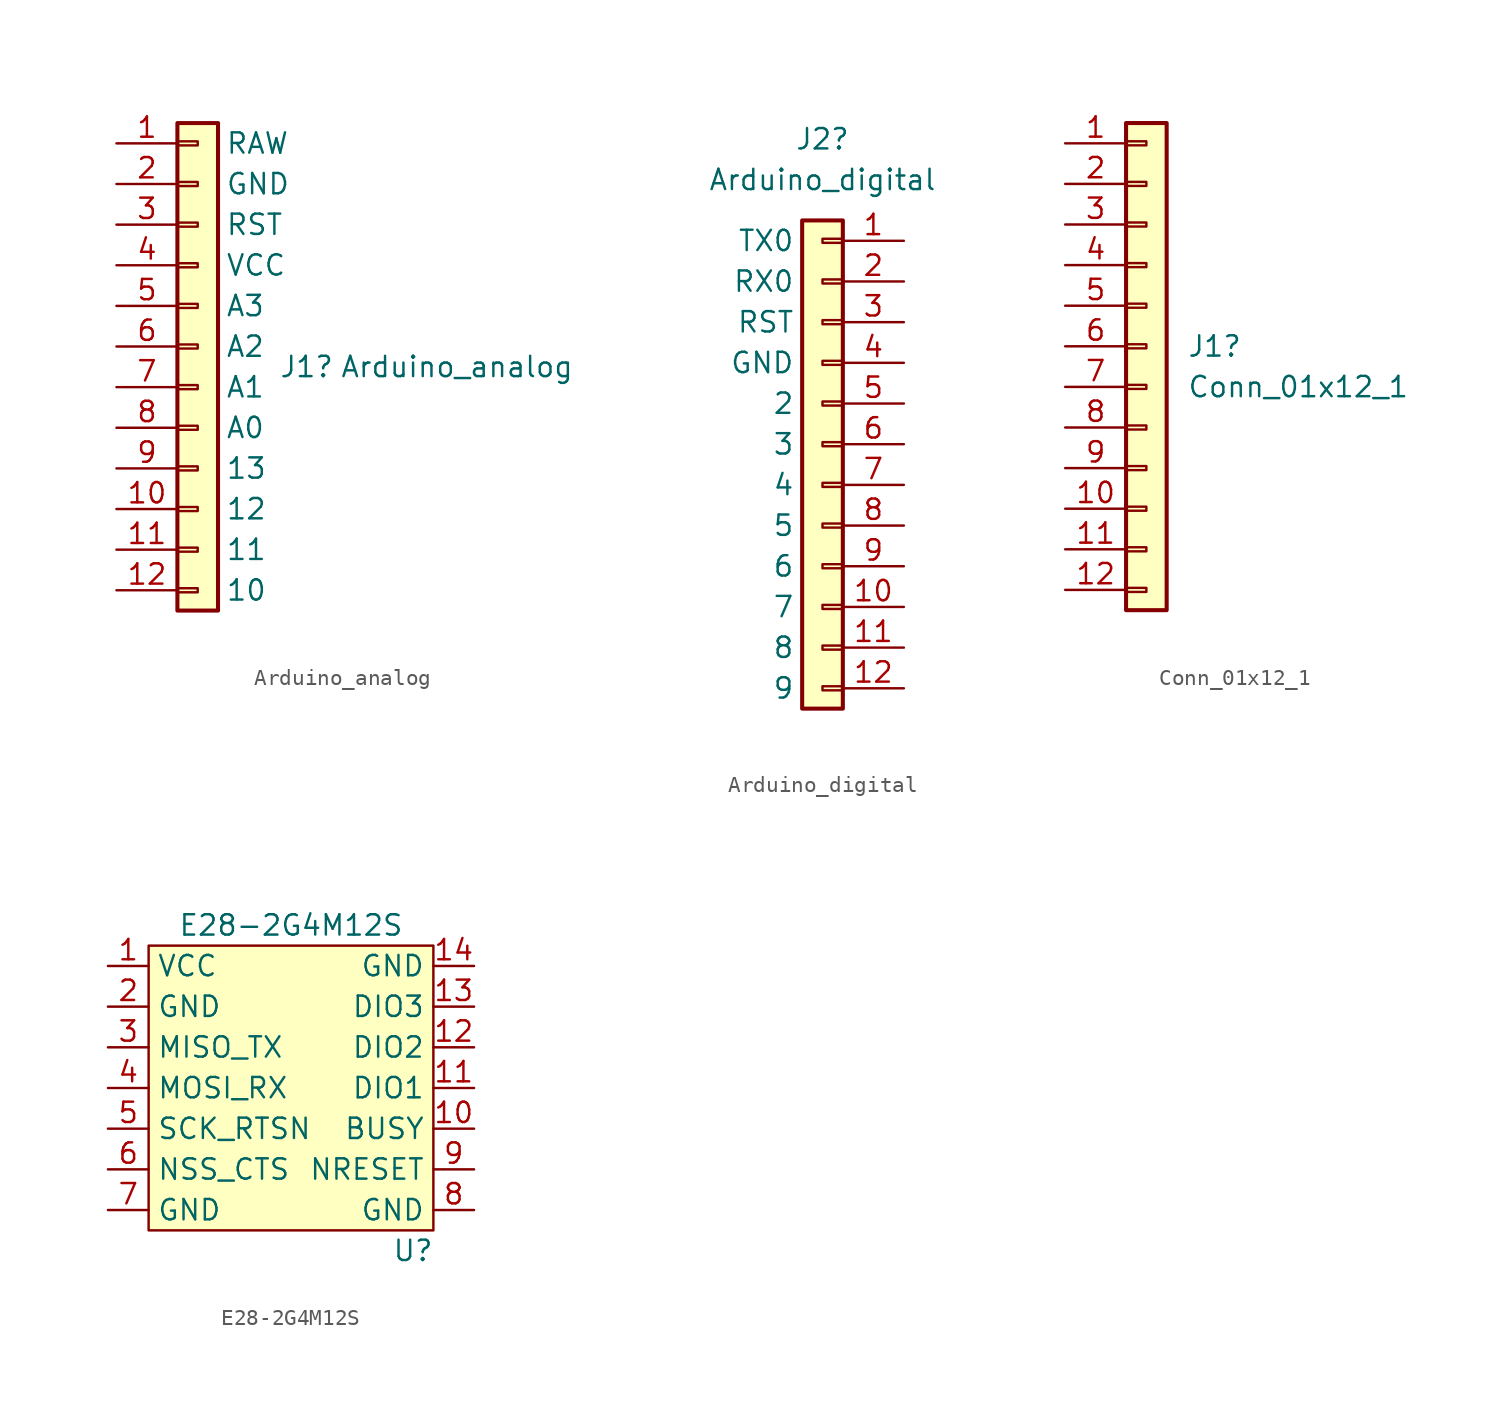
<source format=kicad_sym>
(kicad_symbol_lib
  (version 20211014)
  (generator kicad_symbol_editor)
  (symbol "Arduino_analog"
    (pin_names
      (offset 3))
    (property "Reference" "J1"
      (at 5.08 -1.27 0)
      (effects (font (size 1.27 1.27)) (justify left)))
    (property "Value" "Arduino_analog"
      (at 8.89 -1.27 0)
      (effects (font (size 1.27 1.27)) (justify left)))
    (symbol "Arduino_analog_1_1"
      (rectangle (start -1.27 -15.113) (end 0 -15.367) (stroke (width 0.152) (type default) (color 0 0 0 0)) (fill (type none)))
      (rectangle (start -1.27 -12.573) (end 0 -12.827) (stroke (width 0.152) (type default) (color 0 0 0 0)) (fill (type none)))
      (rectangle (start -1.27 -10.033) (end 0 -10.287) (stroke (width 0.152) (type default) (color 0 0 0 0)) (fill (type none)))
      (rectangle (start -1.27 -7.493) (end 0 -7.747) (stroke (width 0.152) (type default) (color 0 0 0 0)) (fill (type none)))
      (rectangle (start -1.27 -4.953) (end 0 -5.207) (stroke (width 0.152) (type default) (color 0 0 0 0)) (fill (type none)))
      (rectangle (start -1.27 -2.413) (end 0 -2.667) (stroke (width 0.152) (type default) (color 0 0 0 0)) (fill (type none)))
      (rectangle (start -1.27 0.127) (end 0 -0.127) (stroke (width 0.152) (type default) (color 0 0 0 0)) (fill (type none)))
      (rectangle (start -1.27 2.667) (end 0 2.413) (stroke (width 0.152) (type default) (color 0 0 0 0)) (fill (type none)))
      (rectangle (start -1.27 5.207) (end 0 4.953) (stroke (width 0.152) (type default) (color 0 0 0 0)) (fill (type none)))
      (rectangle (start -1.27 7.747) (end 0 7.493) (stroke (width 0.152) (type default) (color 0 0 0 0)) (fill (type none)))
      (rectangle (start -1.27 10.287) (end 0 10.033) (stroke (width 0.152) (type default) (color 0 0 0 0)) (fill (type none)))
      (rectangle (start -1.27 12.827) (end 0 12.573) (stroke (width 0.152) (type default) (color 0 0 0 0)) (fill (type none)))
      (rectangle (start -1.27 13.97) (end 1.27 -16.51) (stroke (width 0.254) (type default) (color 0 0 0 0)) (fill (type background)))
      (pin power_in line (at -5.08 12.7 0) (length 3.81) (name "RAW" (effects (font (size 1.27 1.27)))) (number "1" (effects (font (size 1.27 1.27)))))
      (pin bidirectional line (at -5.08 -10.16 0) (length 3.81) (name "12" (effects (font (size 1.27 1.27)))) (number "10" (effects (font (size 1.27 1.27)))))
      (pin bidirectional line (at -5.08 -12.7 0) (length 3.81) (name "11" (effects (font (size 1.27 1.27)))) (number "11" (effects (font (size 1.27 1.27)))))
      (pin bidirectional line (at -5.08 -15.24 0) (length 3.81) (name "10" (effects (font (size 1.27 1.27)))) (number "12" (effects (font (size 1.27 1.27)))))
      (pin power_in line (at -5.08 10.16 0) (length 3.81) (name "GND" (effects (font (size 1.27 1.27)))) (number "2" (effects (font (size 1.27 1.27)))))
      (pin passive line (at -5.08 7.62 0) (length 3.81) (name "RST" (effects (font (size 1.27 1.27)))) (number "3" (effects (font (size 1.27 1.27)))))
      (pin power_out line (at -5.08 5.08 0) (length 3.81) (name "VCC" (effects (font (size 1.27 1.27)))) (number "4" (effects (font (size 1.27 1.27)))))
      (pin bidirectional line (at -5.08 2.54 0) (length 3.81) (name "A3" (effects (font (size 1.27 1.27)))) (number "5" (effects (font (size 1.27 1.27)))))
      (pin bidirectional line (at -5.08 0 0) (length 3.81) (name "A2" (effects (font (size 1.27 1.27)))) (number "6" (effects (font (size 1.27 1.27)))))
      (pin bidirectional line (at -5.08 -2.54 0) (length 3.81) (name "A1" (effects (font (size 1.27 1.27)))) (number "7" (effects (font (size 1.27 1.27)))))
      (pin bidirectional line (at -5.08 -5.08 0) (length 3.81) (name "A0" (effects (font (size 1.27 1.27)))) (number "8" (effects (font (size 1.27 1.27)))))
      (pin bidirectional line (at -5.08 -7.62 0) (length 3.81) (name "13" (effects (font (size 1.27 1.27)))) (number "9" (effects (font (size 1.27 1.27)))))))
  (symbol "Arduino_digital"
    (pin_names
      (offset 3))
    (property "Reference" "J2"
      (at 0 19.05 0)
      (effects (font (size 1.27 1.27))))
    (property "Value" "Arduino_digital"
      (at 0 16.51 0)
      (effects (font (size 1.27 1.27))))
    (symbol "Arduino_digital_1_1"
      (rectangle (start -1.27 -16.51) (end 1.27 13.97) (stroke (width 0.254) (type default) (color 0 0 0 0)) (fill (type background)))
      (rectangle (start 0 -15.367) (end 1.27 -15.113) (stroke (width 0.152) (type default) (color 0 0 0 0)) (fill (type none)))
      (rectangle (start 0 -12.827) (end 1.27 -12.573) (stroke (width 0.152) (type default) (color 0 0 0 0)) (fill (type none)))
      (rectangle (start 0 -10.287) (end 1.27 -10.033) (stroke (width 0.152) (type default) (color 0 0 0 0)) (fill (type none)))
      (rectangle (start 0 -7.747) (end 1.27 -7.493) (stroke (width 0.152) (type default) (color 0 0 0 0)) (fill (type none)))
      (rectangle (start 0 -5.207) (end 1.27 -4.953) (stroke (width 0.152) (type default) (color 0 0 0 0)) (fill (type none)))
      (rectangle (start 0 -2.667) (end 1.27 -2.413) (stroke (width 0.152) (type default) (color 0 0 0 0)) (fill (type none)))
      (rectangle (start 0 -0.127) (end 1.27 0.127) (stroke (width 0.152) (type default) (color 0 0 0 0)) (fill (type none)))
      (rectangle (start 0 2.413) (end 1.27 2.667) (stroke (width 0.152) (type default) (color 0 0 0 0)) (fill (type none)))
      (rectangle (start 0 4.953) (end 1.27 5.207) (stroke (width 0.152) (type default) (color 0 0 0 0)) (fill (type none)))
      (rectangle (start 0 7.493) (end 1.27 7.747) (stroke (width 0.152) (type default) (color 0 0 0 0)) (fill (type none)))
      (rectangle (start 0 10.033) (end 1.27 10.287) (stroke (width 0.152) (type default) (color 0 0 0 0)) (fill (type none)))
      (rectangle (start 0 12.573) (end 1.27 12.827) (stroke (width 0.152) (type default) (color 0 0 0 0)) (fill (type none)))
      (pin output line (at 5.08 12.7 180) (length 3.81) (name "TX0" (effects (font (size 1.27 1.27)))) (number "1" (effects (font (size 1.27 1.27)))))
      (pin bidirectional line (at 5.08 -10.16 180) (length 3.81) (name "7" (effects (font (size 1.27 1.27)))) (number "10" (effects (font (size 1.27 1.27)))))
      (pin bidirectional line (at 5.08 -12.7 180) (length 3.81) (name "8" (effects (font (size 1.27 1.27)))) (number "11" (effects (font (size 1.27 1.27)))))
      (pin bidirectional line (at 5.08 -15.24 180) (length 3.81) (name "9" (effects (font (size 1.27 1.27)))) (number "12" (effects (font (size 1.27 1.27)))))
      (pin input line (at 5.08 10.16 180) (length 3.81) (name "RX0" (effects (font (size 1.27 1.27)))) (number "2" (effects (font (size 1.27 1.27)))))
      (pin input line (at 5.08 7.62 180) (length 3.81) (name "RST" (effects (font (size 1.27 1.27)))) (number "3" (effects (font (size 1.27 1.27)))))
      (pin power_in line (at 5.08 5.08 180) (length 3.81) (name "GND" (effects (font (size 1.27 1.27)))) (number "4" (effects (font (size 1.27 1.27)))))
      (pin bidirectional line (at 5.08 2.54 180) (length 3.81) (name "2" (effects (font (size 1.27 1.27)))) (number "5" (effects (font (size 1.27 1.27)))))
      (pin bidirectional line (at 5.08 0 180) (length 3.81) (name "3" (effects (font (size 1.27 1.27)))) (number "6" (effects (font (size 1.27 1.27)))))
      (pin bidirectional line (at 5.08 -2.54 180) (length 3.81) (name "4" (effects (font (size 1.27 1.27)))) (number "7" (effects (font (size 1.27 1.27)))))
      (pin bidirectional line (at 5.08 -5.08 180) (length 3.81) (name "5" (effects (font (size 1.27 1.27)))) (number "8" (effects (font (size 1.27 1.27)))))
      (pin bidirectional line (at 5.08 -7.62 180) (length 3.81) (name "6" (effects (font (size 1.27 1.27)))) (number "9" (effects (font (size 1.27 1.27)))))))
  (symbol "Conn_01x12_1"
    (pin_names
      (offset 1.016) hide)
    (property "Reference" "J1"
      (at 2.54 0.0001 0)
      (effects (font (size 1.27 1.27)) (justify left)))
    (property "Value" "Conn_01x12_1"
      (at 2.54 -2.54 0)
      (effects (font (size 1.27 1.27)) (justify left)))
    (symbol "Conn_01x12_1_1_1"
      (rectangle (start -1.27 -15.113) (end 0 -15.367) (stroke (width 0.152) (type default) (color 0 0 0 0)) (fill (type none)))
      (rectangle (start -1.27 -12.573) (end 0 -12.827) (stroke (width 0.152) (type default) (color 0 0 0 0)) (fill (type none)))
      (rectangle (start -1.27 -10.033) (end 0 -10.287) (stroke (width 0.152) (type default) (color 0 0 0 0)) (fill (type none)))
      (rectangle (start -1.27 -7.493) (end 0 -7.747) (stroke (width 0.152) (type default) (color 0 0 0 0)) (fill (type none)))
      (rectangle (start -1.27 -4.953) (end 0 -5.207) (stroke (width 0.152) (type default) (color 0 0 0 0)) (fill (type none)))
      (rectangle (start -1.27 -2.413) (end 0 -2.667) (stroke (width 0.152) (type default) (color 0 0 0 0)) (fill (type none)))
      (rectangle (start -1.27 0.127) (end 0 -0.127) (stroke (width 0.152) (type default) (color 0 0 0 0)) (fill (type none)))
      (rectangle (start -1.27 2.667) (end 0 2.413) (stroke (width 0.152) (type default) (color 0 0 0 0)) (fill (type none)))
      (rectangle (start -1.27 5.207) (end 0 4.953) (stroke (width 0.152) (type default) (color 0 0 0 0)) (fill (type none)))
      (rectangle (start -1.27 7.747) (end 0 7.493) (stroke (width 0.152) (type default) (color 0 0 0 0)) (fill (type none)))
      (rectangle (start -1.27 10.287) (end 0 10.033) (stroke (width 0.152) (type default) (color 0 0 0 0)) (fill (type none)))
      (rectangle (start -1.27 12.827) (end 0 12.573) (stroke (width 0.152) (type default) (color 0 0 0 0)) (fill (type none)))
      (rectangle (start -1.27 13.97) (end 1.27 -16.51) (stroke (width 0.254) (type default) (color 0 0 0 0)) (fill (type background)))
      (pin passive line (at -5.08 12.7 0) (length 3.81) (name "Pin_1" (effects (font (size 1.27 1.27)))) (number "1" (effects (font (size 1.27 1.27)))))
      (pin passive line (at -5.08 -10.16 0) (length 3.81) (name "Pin_10" (effects (font (size 1.27 1.27)))) (number "10" (effects (font (size 1.27 1.27)))))
      (pin passive line (at -5.08 -12.7 0) (length 3.81) (name "Pin_11" (effects (font (size 1.27 1.27)))) (number "11" (effects (font (size 1.27 1.27)))))
      (pin passive line (at -5.08 -15.24 0) (length 3.81) (name "Pin_12" (effects (font (size 1.27 1.27)))) (number "12" (effects (font (size 1.27 1.27)))))
      (pin passive line (at -5.08 10.16 0) (length 3.81) (name "Pin_2" (effects (font (size 1.27 1.27)))) (number "2" (effects (font (size 1.27 1.27)))))
      (pin passive line (at -5.08 7.62 0) (length 3.81) (name "Pin_3" (effects (font (size 1.27 1.27)))) (number "3" (effects (font (size 1.27 1.27)))))
      (pin passive line (at -5.08 5.08 0) (length 3.81) (name "Pin_4" (effects (font (size 1.27 1.27)))) (number "4" (effects (font (size 1.27 1.27)))))
      (pin passive line (at -5.08 2.54 0) (length 3.81) (name "Pin_5" (effects (font (size 1.27 1.27)))) (number "5" (effects (font (size 1.27 1.27)))))
      (pin passive line (at -5.08 0 0) (length 3.81) (name "Pin_6" (effects (font (size 1.27 1.27)))) (number "6" (effects (font (size 1.27 1.27)))))
      (pin passive line (at -5.08 -2.54 0) (length 3.81) (name "Pin_7" (effects (font (size 1.27 1.27)))) (number "7" (effects (font (size 1.27 1.27)))))
      (pin passive line (at -5.08 -5.08 0) (length 3.81) (name "Pin_8" (effects (font (size 1.27 1.27)))) (number "8" (effects (font (size 1.27 1.27)))))
      (pin passive line (at -5.08 -7.62 0) (length 3.81) (name "Pin_9" (effects (font (size 1.27 1.27)))) (number "9" (effects (font (size 1.27 1.27)))))))
  (symbol "E28-2G4M12S"
    (property "Reference" "U"
      (at 7.62 -16.51 0)
      (effects (font (size 1.27 1.27))))
    (property "Value" "E28-2G4M12S"
      (at 0 3.81 0)
      (effects (font (size 1.27 1.27))))
    (symbol "E28-2G4M12S_0_1"
      (rectangle (start -8.89 2.54) (end 8.89 -15.24) (stroke (width 0) (type default) (color 0 0 0 0)) (fill (type background))))
    (symbol "E28-2G4M12S_1_1"
      (pin power_in line (at -11.43 1.27 0) (length 2.54) (name "VCC" (effects (font (size 1.27 1.27)))) (number "1" (effects (font (size 1.27 1.27)))))
      (pin bidirectional line (at 11.43 -8.89 180) (length 2.54) (name "BUSY" (effects (font (size 1.27 1.27)))) (number "10" (effects (font (size 1.27 1.27)))))
      (pin bidirectional line (at 11.43 -6.35 180) (length 2.54) (name "DIO1" (effects (font (size 1.27 1.27)))) (number "11" (effects (font (size 1.27 1.27)))))
      (pin bidirectional line (at 11.43 -3.81 180) (length 2.54) (name "DIO2" (effects (font (size 1.27 1.27)))) (number "12" (effects (font (size 1.27 1.27)))))
      (pin bidirectional line (at 11.43 -1.27 180) (length 2.54) (name "DIO3" (effects (font (size 1.27 1.27)))) (number "13" (effects (font (size 1.27 1.27)))))
      (pin power_in line (at 11.43 1.27 180) (length 2.54) (name "GND" (effects (font (size 1.27 1.27)))) (number "14" (effects (font (size 1.27 1.27)))))
      (pin power_in line (at -11.43 -1.27 0) (length 2.54) (name "GND" (effects (font (size 1.27 1.27)))) (number "2" (effects (font (size 1.27 1.27)))))
      (pin output line (at -11.43 -3.81 0) (length 2.54) (name "MISO_TX" (effects (font (size 1.27 1.27)))) (number "3" (effects (font (size 1.27 1.27)))))
      (pin input line (at -11.43 -6.35 0) (length 2.54) (name "MOSI_RX" (effects (font (size 1.27 1.27)))) (number "4" (effects (font (size 1.27 1.27)))))
      (pin input line (at -11.43 -8.89 0) (length 2.54) (name "SCK_RTSN" (effects (font (size 1.27 1.27)))) (number "5" (effects (font (size 1.27 1.27)))))
      (pin input line (at -11.43 -11.43 0) (length 2.54) (name "NSS_CTS" (effects (font (size 1.27 1.27)))) (number "6" (effects (font (size 1.27 1.27)))))
      (pin power_in line (at -11.43 -13.97 0) (length 2.54) (name "GND" (effects (font (size 1.27 1.27)))) (number "7" (effects (font (size 1.27 1.27)))))
      (pin power_in line (at 11.43 -13.97 180) (length 2.54) (name "GND" (effects (font (size 1.27 1.27)))) (number "8" (effects (font (size 1.27 1.27)))))
      (pin bidirectional line (at 11.43 -11.43 180) (length 2.54) (name "NRESET" (effects (font (size 1.27 1.27)))) (number "9" (effects (font (size 1.27 1.27))))))))
</source>
